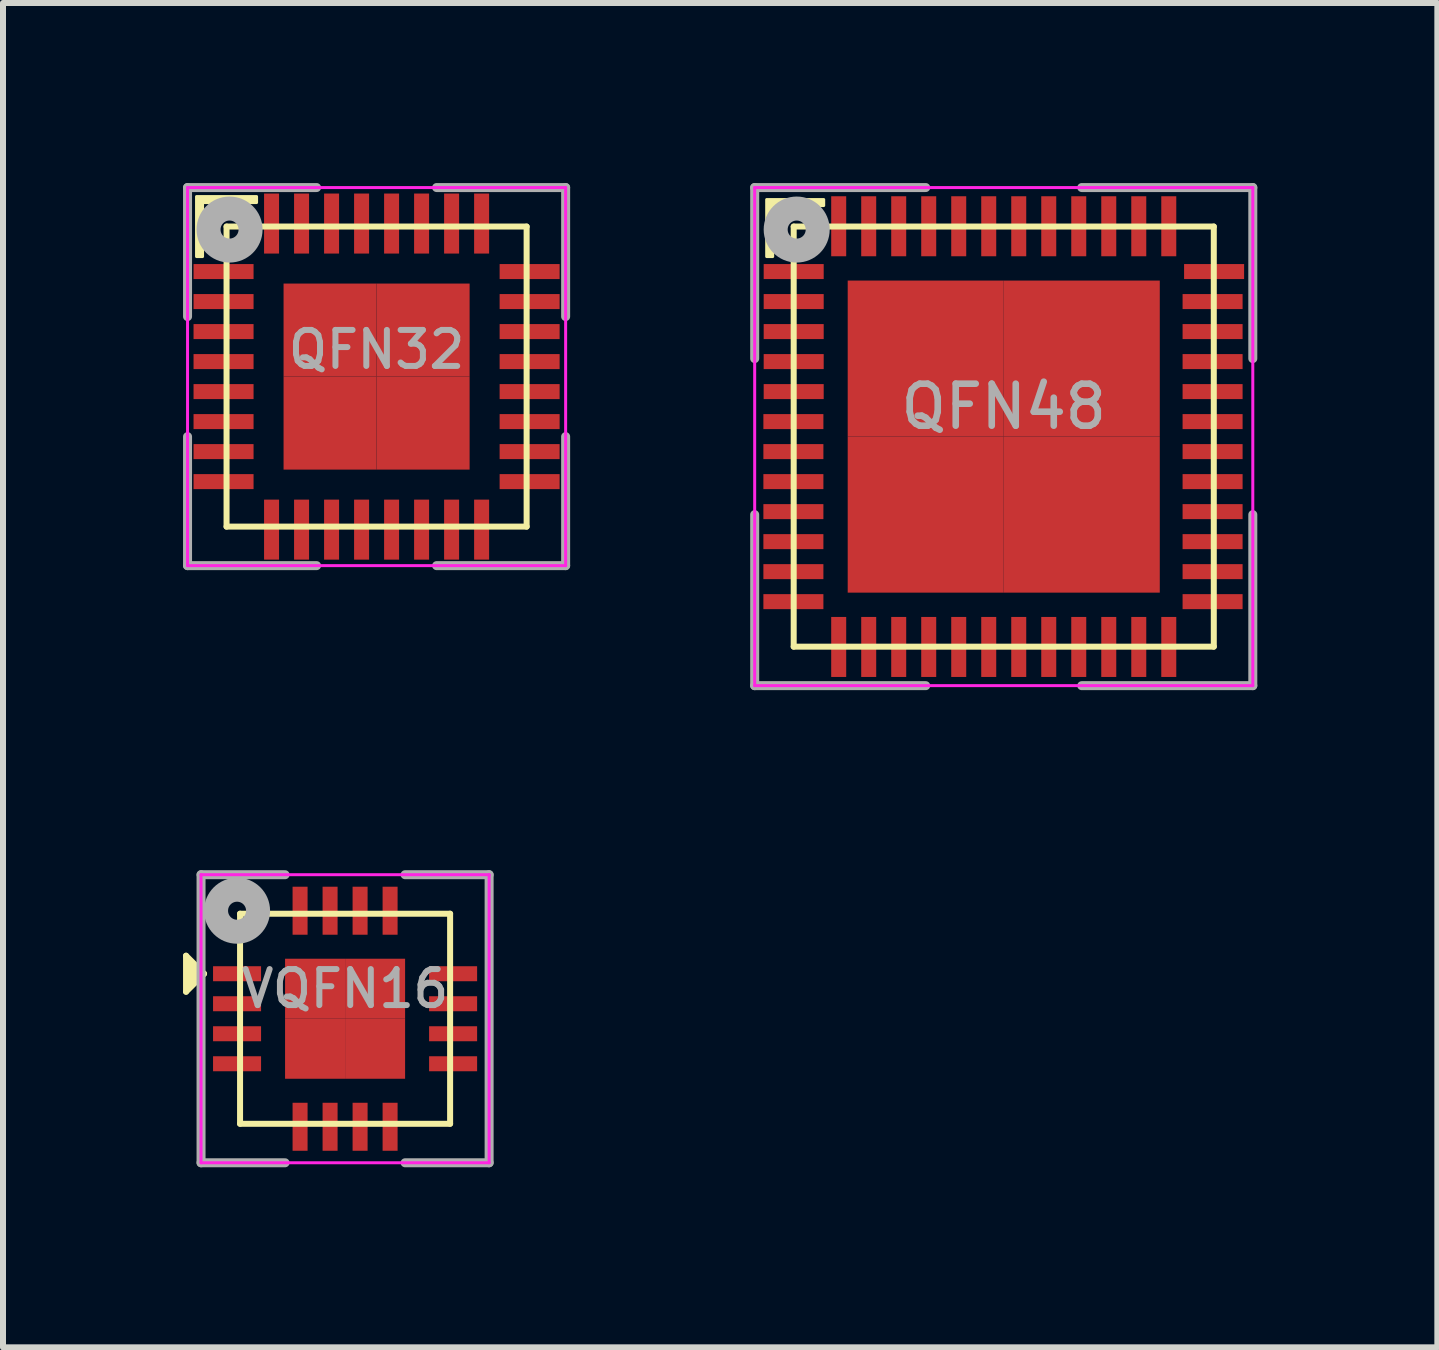
<source format=kicad_pcb>
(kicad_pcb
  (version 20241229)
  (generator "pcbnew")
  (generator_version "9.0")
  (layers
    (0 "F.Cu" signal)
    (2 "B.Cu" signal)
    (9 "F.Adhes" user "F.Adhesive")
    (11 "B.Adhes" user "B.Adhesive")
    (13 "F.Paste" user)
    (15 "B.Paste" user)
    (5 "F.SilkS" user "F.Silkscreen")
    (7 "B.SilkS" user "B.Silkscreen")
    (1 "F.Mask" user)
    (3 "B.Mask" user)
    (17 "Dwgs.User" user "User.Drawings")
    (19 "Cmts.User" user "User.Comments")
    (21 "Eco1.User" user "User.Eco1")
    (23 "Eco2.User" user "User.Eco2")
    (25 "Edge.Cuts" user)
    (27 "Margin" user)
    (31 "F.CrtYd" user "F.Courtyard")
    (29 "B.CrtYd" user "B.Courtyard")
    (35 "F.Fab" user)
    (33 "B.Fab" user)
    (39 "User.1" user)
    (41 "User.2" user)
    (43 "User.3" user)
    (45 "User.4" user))
  (footprint "VQFN16"
    (layer "F.Cu")
    (at 2.7 13.925)
    (property "Reference" "VQFN16" (at 0 -0.5 0) (layer "F.Fab") (effects (font (size 0.6 0.6) (thickness 0.1))))
    (attr smd)
    (fp_line (start -2.65 -1.05) (end -2.65 -0.45) (stroke (width 0.1) (type solid)) (layer "F.SilkS"))
    (fp_line (start -2.65 -0.45) (end -2.35 -0.75) (stroke (width 0.1) (type solid)) (layer "F.SilkS"))
    (fp_line (start -2.55 -0.85) (end -2.55 -0.65) (stroke (width 0.2) (type solid)) (layer "F.SilkS"))
    (fp_line (start -2.4 -0.75) (end -2.5 -0.75) (stroke (width 0.1) (type solid)) (layer "F.SilkS"))
    (fp_line (start -2.35 -0.75) (end -2.65 -1.05) (stroke (width 0.1) (type solid)) (layer "F.SilkS"))
    (fp_line (start -1.75 -1.75) (end -1.75 1.75) (stroke (width 0.1) (type solid)) (layer "F.SilkS"))
    (fp_line (start -1.75 -1.75) (end 1.75 -1.75) (stroke (width 0.1) (type solid)) (layer "F.SilkS"))
    (fp_line (start 1.75 -1.75) (end 1.75 1.75) (stroke (width 0.1) (type solid)) (layer "F.SilkS"))
    (fp_line (start 1.75 1.75) (end -1.75 1.75) (stroke (width 0.1) (type solid)) (layer "F.SilkS"))
    (fp_line (start -2.4 -2.4) (end -2.4 2.4) (stroke (width 0.05) (type solid)) (layer "F.CrtYd"))
    (fp_line (start -2.4 2.4) (end 2.4 2.4) (stroke (width 0.05) (type solid)) (layer "F.CrtYd"))
    (fp_line (start 2.4 -2.4) (end -2.4 -2.4) (stroke (width 0.05) (type solid)) (layer "F.CrtYd"))
    (fp_line (start 2.4 2.4) (end 2.4 -2.4) (stroke (width 0.05) (type solid)) (layer "F.CrtYd"))
    (fp_line (start -2.4 -2.4) (end -2.4 2.4) (stroke (width 0.15) (type solid)) (layer "F.Fab"))
    (fp_line (start -2.4 2.4) (end -1 2.4) (stroke (width 0.15) (type solid)) (layer "F.Fab"))
    (fp_line (start -1 -2.4) (end -2.4 -2.4) (stroke (width 0.15) (type solid)) (layer "F.Fab"))
    (fp_line (start 1 2.4) (end 2.4 2.4) (stroke (width 0.15) (type solid)) (layer "F.Fab"))
    (fp_line (start 2.4 -2.4) (end 1 -2.4) (stroke (width 0.15) (type solid)) (layer "F.Fab"))
    (fp_line (start 2.4 2.4) (end 2.4 -2.4) (stroke (width 0.15) (type solid)) (layer "F.Fab"))
    (fp_circle (center -1.8 -1.8) (end -1.65 -1.8) (stroke (width 0.4) (type solid)) (fill no) (layer "F.Fab"))
    (pad "0" smd rect (at -0.5 -0.5) (size 1 1) (layers "F.Cu" "F.Mask" "F.Paste"))
    (pad "0" smd rect (at -0.5 0.5) (size 1 1) (layers "F.Cu" "F.Mask" "F.Paste"))
    (pad "0" smd rect (at 0.5 -0.5) (size 1 1) (layers "F.Cu" "F.Mask" "F.Paste"))
    (pad "0" smd rect (at 0.5 0.5) (size 1 1) (layers "F.Cu" "F.Mask" "F.Paste"))
    (pad "1" smd rect (at -1.8 -0.75) (size 0.8 0.25) (layers "F.Cu" "F.Mask" "F.Paste"))
    (pad "2" smd rect (at -1.8 -0.25) (size 0.8 0.25) (layers "F.Cu" "F.Mask" "F.Paste"))
    (pad "3" smd rect (at -1.8 0.25) (size 0.8 0.25) (layers "F.Cu" "F.Mask" "F.Paste"))
    (pad "4" smd rect (at -1.8 0.75) (size 0.8 0.25) (layers "F.Cu" "F.Mask" "F.Paste"))
    (pad "5" smd rect (at -0.75 1.8 90) (size 0.8 0.25) (layers "F.Cu" "F.Mask" "F.Paste"))
    (pad "6" smd rect (at -0.25 1.8 90) (size 0.8 0.25) (layers "F.Cu" "F.Mask" "F.Paste"))
    (pad "7" smd rect (at 0.25 1.8 90) (size 0.8 0.25) (layers "F.Cu" "F.Mask" "F.Paste"))
    (pad "8" smd rect (at 0.75 1.8 90) (size 0.8 0.25) (layers "F.Cu" "F.Mask" "F.Paste"))
    (pad "9" smd rect (at 1.8 0.75) (size 0.8 0.25) (layers "F.Cu" "F.Mask" "F.Paste"))
    (pad "10" smd rect (at 1.8 0.25) (size 0.8 0.25) (layers "F.Cu" "F.Mask" "F.Paste"))
    (pad "11" smd rect (at 1.8 -0.25) (size 0.8 0.25) (layers "F.Cu" "F.Mask" "F.Paste"))
    (pad "12" smd rect (at 1.8 -0.75) (size 0.8 0.25) (layers "F.Cu" "F.Mask" "F.Paste"))
    (pad "13" smd rect (at 0.75 -1.8 90) (size 0.8 0.25) (layers "F.Cu" "F.Mask" "F.Paste"))
    (pad "14" smd rect (at 0.25 -1.8 90) (size 0.8 0.25) (layers "F.Cu" "F.Mask" "F.Paste"))
    (pad "15" smd rect (at -0.25 -1.8 90) (size 0.8 0.25) (layers "F.Cu" "F.Mask" "F.Paste"))
    (pad "16" smd rect (at -0.75 -1.8 90) (size 0.8 0.25) (layers "F.Cu" "F.Mask" "F.Paste")))
  (footprint "QFN32"
    (layer "F.Cu")
    (at 3.225 3.225)
    (property "Reference" "QFN32" (at 0 -0.45 0) (layer "F.Fab") (effects (font (size 0.6 0.6) (thickness 0.1))))
    (attr smd)
    (fp_line (start -2.5 -2.5) (end 2.5 -2.5) (stroke (width 0.1) (type solid)) (layer "F.SilkS"))
    (fp_line (start -2.5 2.5) (end -2.5 -2.5) (stroke (width 0.1) (type solid)) (layer "F.SilkS"))
    (fp_line (start 2.5 2.5) (end -2.5 2.5) (stroke (width 0.1) (type solid)) (layer "F.SilkS"))
    (fp_line (start 2.5 2.5) (end 2.5 -2.5) (stroke (width 0.1) (type solid)) (layer "F.SilkS"))
    (fp_poly (pts (xy -2 -2.9) (xy -2.9 -2.9) (xy -2.9 -2) (xy -3 -2) (xy -3 -3) (xy -2 -3)) (stroke (width 0.05) (type solid)) (fill yes) (layer "F.SilkS"))
    (fp_line (start -3.15 -3.15) (end 3.15 -3.15) (stroke (width 0.05) (type solid)) (layer "F.CrtYd"))
    (fp_line (start -3.15 3.15) (end -3.15 -3.15) (stroke (width 0.05) (type solid)) (layer "F.CrtYd"))
    (fp_line (start 3.15 -3.15) (end 3.15 3.15) (stroke (width 0.05) (type solid)) (layer "F.CrtYd"))
    (fp_line (start 3.15 3.15) (end -3.15 3.15) (stroke (width 0.05) (type solid)) (layer "F.CrtYd"))
    (fp_line (start -3.15 -3.15) (end -3.15 -1) (stroke (width 0.15) (type solid)) (layer "F.Fab"))
    (fp_line (start -3.15 -3.15) (end -1 -3.15) (stroke (width 0.15) (type solid)) (layer "F.Fab"))
    (fp_line (start -3.15 1) (end -3.15 3.15) (stroke (width 0.15) (type solid)) (layer "F.Fab"))
    (fp_line (start -3.15 3.15) (end -1 3.15) (stroke (width 0.15) (type solid)) (layer "F.Fab"))
    (fp_line (start 1 -3.15) (end 3.15 -3.15) (stroke (width 0.15) (type solid)) (layer "F.Fab"))
    (fp_line (start 1 3.15) (end 3.15 3.15) (stroke (width 0.15) (type solid)) (layer "F.Fab"))
    (fp_line (start 3.15 -3.15) (end 3.15 -1) (stroke (width 0.15) (type solid)) (layer "F.Fab"))
    (fp_line (start 3.15 1) (end 3.15 3.15) (stroke (width 0.15) (type solid)) (layer "F.Fab"))
    (fp_circle (center -2.45 -2.45) (end -2.3 -2.45) (stroke (width 0.4) (type solid)) (fill no) (layer "F.Fab"))
    (pad "0" smd rect (at -0.775 -0.775) (size 1.55 1.55) (layers "F.Cu" "F.Mask" "F.Paste"))
    (pad "0" smd rect (at -0.775 0.775) (size 1.55 1.55) (layers "F.Cu" "F.Mask" "F.Paste"))
    (pad "0" smd rect (at 0.775 -0.775) (size 1.55 1.55) (layers "F.Cu" "F.Mask" "F.Paste"))
    (pad "0" smd rect (at 0.775 0.775) (size 1.55 1.55) (layers "F.Cu" "F.Mask" "F.Paste"))
    (pad "1" smd rect (at -2.55 -1.75) (size 1 0.25) (layers "F.Cu" "F.Mask" "F.Paste"))
    (pad "2" smd rect (at -2.55 -1.25) (size 1 0.25) (layers "F.Cu" "F.Mask" "F.Paste"))
    (pad "3" smd rect (at -2.55 -0.75) (size 1 0.25) (layers "F.Cu" "F.Mask" "F.Paste"))
    (pad "4" smd rect (at -2.55 -0.25) (size 1 0.25) (layers "F.Cu" "F.Mask" "F.Paste"))
    (pad "5" smd rect (at -2.55 0.25) (size 1 0.25) (layers "F.Cu" "F.Mask" "F.Paste"))
    (pad "6" smd rect (at -2.55 0.75) (size 1 0.25) (layers "F.Cu" "F.Mask" "F.Paste"))
    (pad "7" smd rect (at -2.55 1.25) (size 1 0.25) (layers "F.Cu" "F.Mask" "F.Paste"))
    (pad "8" smd rect (at -2.55 1.75) (size 1 0.25) (layers "F.Cu" "F.Mask" "F.Paste"))
    (pad "9" smd rect (at -1.75 2.55 90) (size 1 0.25) (layers "F.Cu" "F.Mask" "F.Paste"))
    (pad "10" smd rect (at -1.25 2.55 90) (size 1 0.25) (layers "F.Cu" "F.Mask" "F.Paste"))
    (pad "11" smd rect (at -0.75 2.55 90) (size 1 0.25) (layers "F.Cu" "F.Mask" "F.Paste"))
    (pad "12" smd rect (at -0.25 2.55 90) (size 1 0.25) (layers "F.Cu" "F.Mask" "F.Paste"))
    (pad "13" smd rect (at 0.25 2.55 90) (size 1 0.25) (layers "F.Cu" "F.Mask" "F.Paste"))
    (pad "14" smd rect (at 0.75 2.55 90) (size 1 0.25) (layers "F.Cu" "F.Mask" "F.Paste"))
    (pad "15" smd rect (at 1.25 2.55 90) (size 1 0.25) (layers "F.Cu" "F.Mask" "F.Paste"))
    (pad "16" smd rect (at 1.75 2.55 90) (size 1 0.25) (layers "F.Cu" "F.Mask" "F.Paste"))
    (pad "17" smd rect (at 2.55 1.75) (size 1 0.25) (layers "F.Cu" "F.Mask" "F.Paste"))
    (pad "18" smd rect (at 2.55 1.25) (size 1 0.25) (layers "F.Cu" "F.Mask" "F.Paste"))
    (pad "19" smd rect (at 2.55 0.75) (size 1 0.25) (layers "F.Cu" "F.Mask" "F.Paste"))
    (pad "20" smd rect (at 2.55 0.25) (size 1 0.25) (layers "F.Cu" "F.Mask" "F.Paste"))
    (pad "21" smd rect (at 2.55 -0.25) (size 1 0.25) (layers "F.Cu" "F.Mask" "F.Paste"))
    (pad "22" smd rect (at 2.55 -0.75) (size 1 0.25) (layers "F.Cu" "F.Mask" "F.Paste"))
    (pad "23" smd rect (at 2.55 -1.25) (size 1 0.25) (layers "F.Cu" "F.Mask" "F.Paste"))
    (pad "24" smd rect (at 2.55 -1.75) (size 1 0.25) (layers "F.Cu" "F.Mask" "F.Paste"))
    (pad "25" smd rect (at 1.75 -2.55 90) (size 1 0.25) (layers "F.Cu" "F.Mask" "F.Paste"))
    (pad "26" smd rect (at 1.25 -2.55 90) (size 1 0.25) (layers "F.Cu" "F.Mask" "F.Paste"))
    (pad "27" smd rect (at 0.75 -2.55 90) (size 1 0.25) (layers "F.Cu" "F.Mask" "F.Paste"))
    (pad "28" smd rect (at 0.25 -2.55 90) (size 1 0.25) (layers "F.Cu" "F.Mask" "F.Paste"))
    (pad "29" smd rect (at -0.25 -2.55 90) (size 1 0.25) (layers "F.Cu" "F.Mask" "F.Paste"))
    (pad "30" smd rect (at -0.75 -2.55 90) (size 1 0.25) (layers "F.Cu" "F.Mask" "F.Paste"))
    (pad "31" smd rect (at -1.25 -2.55 90) (size 1 0.25) (layers "F.Cu" "F.Mask" "F.Paste"))
    (pad "32" smd rect (at -1.75 -2.55 90) (size 1 0.25) (layers "F.Cu" "F.Mask" "F.Paste")))
  (footprint "QFN48"
    (layer "F.Cu")
    (at 13.675 4.225)
    (property "Reference" "QFN48" (at 0 -0.5 0) (layer "F.Fab") (effects (font (size 0.7 0.7) (thickness 0.11))))
    (attr smd)
    (fp_line (start -3.5 3.5) (end -3.5 -3.5) (stroke (width 0.1) (type solid)) (layer "F.SilkS"))
    (fp_line (start -3.5 3.5) (end 3.5 3.5) (stroke (width 0.1) (type solid)) (layer "F.SilkS"))
    (fp_line (start 3.5 -3.5) (end -3.5 -3.5) (stroke (width 0.1) (type solid)) (layer "F.SilkS"))
    (fp_line (start 3.5 -3.5) (end 3.5 3.5) (stroke (width 0.1) (type solid)) (layer "F.SilkS"))
    (fp_poly (pts (xy -3 -3.85) (xy -3.85 -3.85) (xy -3.85 -3) (xy -3.95 -3) (xy -3.95 -3.95) (xy -3 -3.95)) (stroke (width 0.05) (type solid)) (fill yes) (layer "F.SilkS"))
    (fp_line (start -4.15 -4.15) (end 4.15 -4.15) (stroke (width 0.05) (type solid)) (layer "F.CrtYd"))
    (fp_line (start -4.15 4.15) (end -4.15 -4.15) (stroke (width 0.05) (type solid)) (layer "F.CrtYd"))
    (fp_line (start 4.15 4.15) (end -4.15 4.15) (stroke (width 0.05) (type solid)) (layer "F.CrtYd"))
    (fp_line (start 4.15 4.15) (end 4.15 -4.15) (stroke (width 0.05) (type solid)) (layer "F.CrtYd"))
    (fp_line (start -4.15 -4.15) (end -4.15 -1.3) (stroke (width 0.15) (type solid)) (layer "F.Fab"))
    (fp_line (start -4.15 -4.15) (end -1.3 -4.15) (stroke (width 0.15) (type solid)) (layer "F.Fab"))
    (fp_line (start -4.15 4.15) (end -4.15 1.3) (stroke (width 0.15) (type solid)) (layer "F.Fab"))
    (fp_line (start -4.15 4.15) (end -1.3 4.15) (stroke (width 0.15) (type solid)) (layer "F.Fab"))
    (fp_line (start 1.3 -4.15) (end 4.15 -4.15) (stroke (width 0.15) (type solid)) (layer "F.Fab"))
    (fp_line (start 1.3 4.15) (end 4.15 4.15) (stroke (width 0.15) (type solid)) (layer "F.Fab"))
    (fp_line (start 4.15 -4.15) (end 4.15 -1.3) (stroke (width 0.15) (type solid)) (layer "F.Fab"))
    (fp_line (start 4.15 4.15) (end 4.15 1.3) (stroke (width 0.15) (type solid)) (layer "F.Fab"))
    (fp_circle (center -3.45 -3.45) (end -3.3 -3.45) (stroke (width 0.4) (type solid)) (fill no) (layer "F.Fab"))
    (pad "0" smd rect (at -1.3 -1.3) (size 2.6 2.6) (layers "F.Cu" "F.Mask" "F.Paste"))
    (pad "0" smd rect (at -1.3 1.3) (size 2.6 2.6) (layers "F.Cu" "F.Mask" "F.Paste"))
    (pad "0" smd rect (at 1.3 -1.3) (size 2.6 2.6) (layers "F.Cu" "F.Mask" "F.Paste"))
    (pad "0" smd rect (at 1.3 1.3) (size 2.6 2.6) (layers "F.Cu" "F.Mask" "F.Paste"))
    (pad "1" smd rect (at -3.5 -2.75) (size 1 0.25) (layers "F.Cu" "F.Mask" "F.Paste"))
    (pad "2" smd rect (at -3.5 -2.25) (size 1 0.25) (layers "F.Cu" "F.Mask" "F.Paste"))
    (pad "3" smd rect (at -3.5 -1.75) (size 1 0.25) (layers "F.Cu" "F.Mask" "F.Paste"))
    (pad "4" smd rect (at -3.5 -1.25) (size 1 0.25) (layers "F.Cu" "F.Mask" "F.Paste"))
    (pad "5" smd rect (at -3.5 -0.75) (size 1 0.25) (layers "F.Cu" "F.Mask" "F.Paste"))
    (pad "6" smd rect (at -3.505 -0.25) (size 1 0.25) (layers "F.Cu" "F.Mask" "F.Paste"))
    (pad "7" smd rect (at -3.505 0.25) (size 1 0.25) (layers "F.Cu" "F.Mask" "F.Paste"))
    (pad "8" smd rect (at -3.505 0.75) (size 1 0.25) (layers "F.Cu" "F.Mask" "F.Paste"))
    (pad "9" smd rect (at -3.505 1.25) (size 1 0.25) (layers "F.Cu" "F.Mask" "F.Paste"))
    (pad "10" smd rect (at -3.505 1.75) (size 1 0.25) (layers "F.Cu" "F.Mask" "F.Paste"))
    (pad "11" smd rect (at -3.505 2.25) (size 1 0.25) (layers "F.Cu" "F.Mask" "F.Paste"))
    (pad "12" smd rect (at -3.505 2.75) (size 1 0.25) (layers "F.Cu" "F.Mask" "F.Paste"))
    (pad "13" smd rect (at -2.75 3.505) (size 0.25 1) (layers "F.Cu" "F.Mask" "F.Paste"))
    (pad "14" smd rect (at -2.25 3.505) (size 0.25 1) (layers "F.Cu" "F.Mask" "F.Paste"))
    (pad "15" smd rect (at -1.75 3.505) (size 0.25 1) (layers "F.Cu" "F.Mask" "F.Paste"))
    (pad "16" smd rect (at -1.25 3.505) (size 0.25 1) (layers "F.Cu" "F.Mask" "F.Paste"))
    (pad "17" smd rect (at -0.75 3.505) (size 0.25 1) (layers "F.Cu" "F.Mask" "F.Paste"))
    (pad "18" smd rect (at -0.25 3.505) (size 0.25 1) (layers "F.Cu" "F.Mask" "F.Paste"))
    (pad "19" smd rect (at 0.25 3.505) (size 0.25 1) (layers "F.Cu" "F.Mask" "F.Paste"))
    (pad "20" smd rect (at 0.75 3.505) (size 0.25 1) (layers "F.Cu" "F.Mask" "F.Paste"))
    (pad "21" smd rect (at 1.25 3.505) (size 0.25 1) (layers "F.Cu" "F.Mask" "F.Paste"))
    (pad "22" smd rect (at 1.75 3.505) (size 0.25 1) (layers "F.Cu" "F.Mask" "F.Paste"))
    (pad "23" smd rect (at 2.25 3.505) (size 0.25 1) (layers "F.Cu" "F.Mask" "F.Paste"))
    (pad "24" smd rect (at 2.75 3.505) (size 0.25 1) (layers "F.Cu" "F.Mask" "F.Paste"))
    (pad "25" smd rect (at 3.48 2.75) (size 1 0.25) (layers "F.Cu" "F.Mask" "F.Paste"))
    (pad "26" smd rect (at 3.48 2.25) (size 1 0.25) (layers "F.Cu" "F.Mask" "F.Paste"))
    (pad "27" smd rect (at 3.48 1.75) (size 1 0.25) (layers "F.Cu" "F.Mask" "F.Paste"))
    (pad "28" smd rect (at 3.48 1.25) (size 1 0.25) (layers "F.Cu" "F.Mask" "F.Paste"))
    (pad "29" smd rect (at 3.48 0.75) (size 1 0.25) (layers "F.Cu" "F.Mask" "F.Paste"))
    (pad "30" smd rect (at 3.48 0.25) (size 1 0.25) (layers "F.Cu" "F.Mask" "F.Paste"))
    (pad "31" smd rect (at 3.48 -0.25) (size 1 0.25) (layers "F.Cu" "F.Mask" "F.Paste"))
    (pad "32" smd rect (at 3.48 -0.75) (size 1 0.25) (layers "F.Cu" "F.Mask" "F.Paste"))
    (pad "33" smd rect (at 3.48 -1.25) (size 1 0.25) (layers "F.Cu" "F.Mask" "F.Paste"))
    (pad "34" smd rect (at 3.48 -1.75) (size 1 0.25) (layers "F.Cu" "F.Mask" "F.Paste"))
    (pad "35" smd rect (at 3.48 -2.25) (size 1 0.25) (layers "F.Cu" "F.Mask" "F.Paste"))
    (pad "36" smd rect (at 3.48 -2.75) (size 1 0.25) (drill (offset 0.025 0)) (layers "F.Cu" "F.Mask" "F.Paste"))
    (pad "37" smd rect (at 2.75 -3.505) (size 0.25 1) (layers "F.Cu" "F.Mask" "F.Paste"))
    (pad "38" smd rect (at 2.25 -3.505) (size 0.25 1) (layers "F.Cu" "F.Mask" "F.Paste"))
    (pad "39" smd rect (at 1.75 -3.505) (size 0.25 1) (layers "F.Cu" "F.Mask" "F.Paste"))
    (pad "40" smd rect (at 1.25 -3.505) (size 0.25 1) (layers "F.Cu" "F.Mask" "F.Paste"))
    (pad "41" smd rect (at 0.75 -3.505) (size 0.25 1) (layers "F.Cu" "F.Mask" "F.Paste"))
    (pad "42" smd rect (at 0.25 -3.505) (size 0.25 1) (layers "F.Cu" "F.Mask" "F.Paste"))
    (pad "43" smd rect (at -0.25 -3.505) (size 0.25 1) (layers "F.Cu" "F.Mask" "F.Paste"))
    (pad "44" smd rect (at -0.75 -3.505) (size 0.25 1) (layers "F.Cu" "F.Mask" "F.Paste"))
    (pad "45" smd rect (at -1.25 -3.505) (size 0.25 1) (layers "F.Cu" "F.Mask" "F.Paste"))
    (pad "46" smd rect (at -1.75 -3.505) (size 0.25 1) (layers "F.Cu" "F.Mask" "F.Paste"))
    (pad "47" smd rect (at -2.25 -3.505) (size 0.25 1) (layers "F.Cu" "F.Mask" "F.Paste"))
    (pad "48" smd rect (at -2.75 -3.505) (size 0.25 1) (layers "F.Cu" "F.Mask" "F.Paste")))
  (gr_rect
    (start -3 -3)
    (end 20.9 19.4)
    (stroke (width 0.1) (type default))
    (fill no)
    (layer "Edge.Cuts")))
</source>
